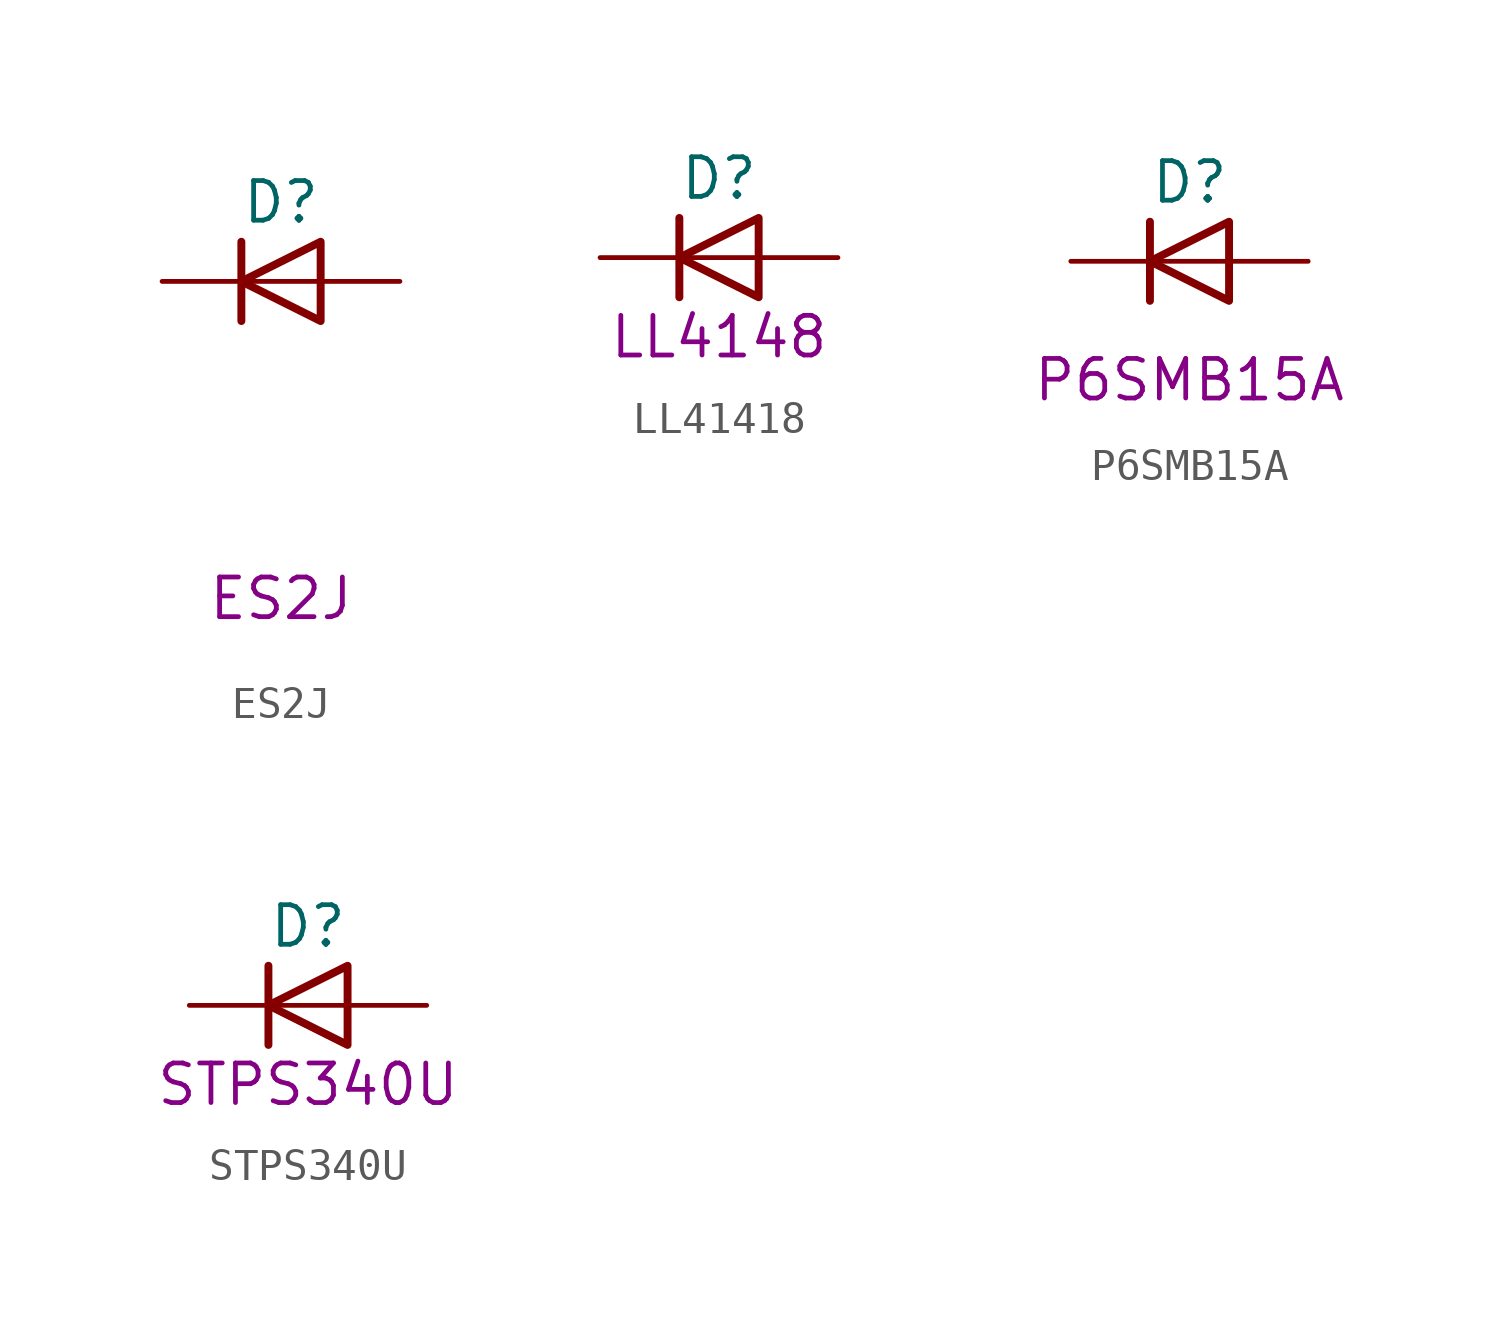
<source format=kicad_sym>
(kicad_symbol_lib
  (version 20211014)
  (generator kicad_symbol_editor)
  (symbol "ES2J"
    (pin_numbers hide)
    (pin_names
      (offset 1.016) hide)
    (property "Reference" "D"
      (at 0 2.54 0)
      (effects (font (size 1.27 1.27))))
    (property "Comment" "ES2J"
      (at 0 -10.16 0)
      (effects (font (size 1.27 1.27))))
    (symbol "ES2J_0_1"
      (polyline (pts (xy -1.27 1.27) (xy -1.27 -1.27)) (stroke (width 0.254) (type default) (color 0 0 0 0)) (fill (type none)))
      (polyline (pts (xy 1.27 0) (xy -1.27 0)) (stroke (width 0) (type default) (color 0 0 0 0)) (fill (type none)))
      (polyline (pts (xy 1.27 1.27) (xy 1.27 -1.27) (xy -1.27 0) (xy 1.27 1.27)) (stroke (width 0.254) (type default) (color 0 0 0 0)) (fill (type none))))
    (symbol "ES2J_1_1"
      (pin passive line (at -3.81 0 0) (length 2.54) (name "K" (effects (font (size 1.27 1.27)))) (number "1" (effects (font (size 1.27 1.27)))))
      (pin passive line (at 3.81 0 180) (length 2.54) (name "A" (effects (font (size 1.27 1.27)))) (number "2" (effects (font (size 1.27 1.27)))))))
  (symbol "LL41418"
    (pin_numbers hide)
    (pin_names
      (offset 1.016) hide)
    (property "Reference" "D"
      (at 0 2.54 0)
      (effects (font (size 1.27 1.27))))
    (property "Comment" "LL4148"
      (at 0 -2.54 0)
      (effects (font (size 1.27 1.27))))
    (symbol "LL41418_0_1"
      (polyline (pts (xy -1.27 1.27) (xy -1.27 -1.27)) (stroke (width 0.254) (type default) (color 0 0 0 0)) (fill (type none)))
      (polyline (pts (xy 1.27 0) (xy -1.27 0)) (stroke (width 0) (type default) (color 0 0 0 0)) (fill (type none)))
      (polyline (pts (xy 1.27 1.27) (xy 1.27 -1.27) (xy -1.27 0) (xy 1.27 1.27)) (stroke (width 0.254) (type default) (color 0 0 0 0)) (fill (type none))))
    (symbol "LL41418_1_1"
      (pin passive line (at -3.81 0 0) (length 2.54) (name "K" (effects (font (size 1.27 1.27)))) (number "1" (effects (font (size 1.27 1.27)))))
      (pin passive line (at 3.81 0 180) (length 2.54) (name "A" (effects (font (size 1.27 1.27)))) (number "2" (effects (font (size 1.27 1.27)))))))
  (symbol "P6SMB15A"
    (pin_numbers hide)
    (pin_names
      (offset 1.016) hide)
    (property "Reference" "D"
      (at -1.27 2.54 0)
      (effects (font (size 1.27 1.27)) (justify left)))
    (property "Comment" "P6SMB15A"
      (at 0 -3.81 0)
      (effects (font (size 1.27 1.27))))
    (symbol "P6SMB15A_0_1"
      (polyline (pts (xy -1.27 1.27) (xy -1.27 -1.27)) (stroke (width 0.254) (type default) (color 0 0 0 0)) (fill (type none)))
      (polyline (pts (xy 1.27 0) (xy -1.27 0)) (stroke (width 0) (type default) (color 0 0 0 0)) (fill (type none)))
      (polyline (pts (xy 1.27 1.27) (xy 1.27 -1.27) (xy -1.27 0) (xy 1.27 1.27)) (stroke (width 0.254) (type default) (color 0 0 0 0)) (fill (type none))))
    (symbol "P6SMB15A_1_1"
      (pin passive line (at -3.81 0 0) (length 2.54) (name "K" (effects (font (size 1.27 1.27)))) (number "1" (effects (font (size 1.27 1.27)))))
      (pin passive line (at 3.81 0 180) (length 2.54) (name "A" (effects (font (size 1.27 1.27)))) (number "2" (effects (font (size 1.27 1.27)))))))
  (symbol "STPS340U"
    (pin_numbers hide)
    (pin_names
      (offset 1.016) hide)
    (property "Reference" "D"
      (at 0 2.54 0)
      (effects (font (size 1.27 1.27))))
    (property "Comment" "STPS340U"
      (at 0 -2.54 0)
      (effects (font (size 1.27 1.27))))
    (symbol "STPS340U_0_1"
      (polyline (pts (xy -1.27 1.27) (xy -1.27 -1.27)) (stroke (width 0.254) (type default) (color 0 0 0 0)) (fill (type none)))
      (polyline (pts (xy 1.27 0) (xy -1.27 0)) (stroke (width 0) (type default) (color 0 0 0 0)) (fill (type none)))
      (polyline (pts (xy 1.27 1.27) (xy 1.27 -1.27) (xy -1.27 0) (xy 1.27 1.27)) (stroke (width 0.254) (type default) (color 0 0 0 0)) (fill (type none))))
    (symbol "STPS340U_1_1"
      (pin passive line (at -3.81 0 0) (length 2.54) (name "K" (effects (font (size 1.27 1.27)))) (number "1" (effects (font (size 1.27 1.27)))))
      (pin passive line (at 3.81 0 180) (length 2.54) (name "A" (effects (font (size 1.27 1.27)))) (number "2" (effects (font (size 1.27 1.27))))))))
</source>
